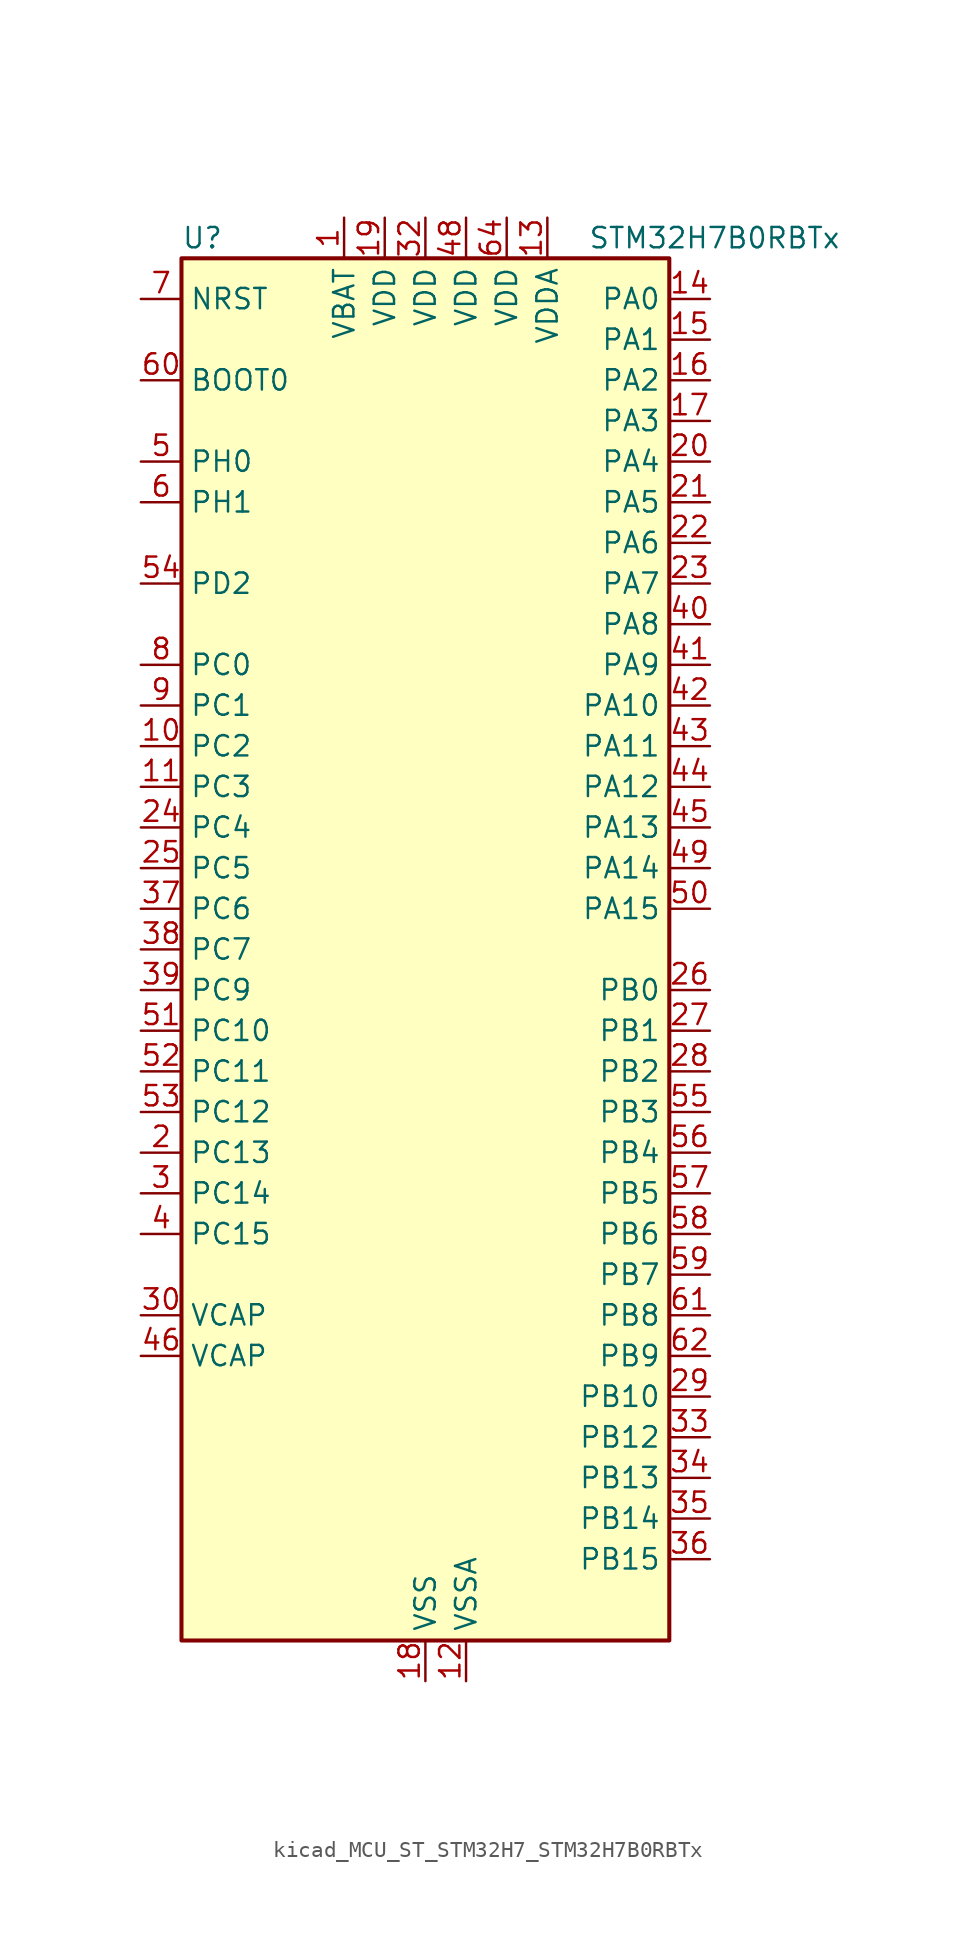
<source format=kicad_sym>
(kicad_symbol_lib
  (version 20220914)
  (generator kicad_symbol_editor)
  (symbol "kicad_MCU_ST_STM32H7_STM32H7B0RBTx"
    (property "Reference" "U"
      (at -15.24 44.45 0)
      (effects (font (size 1.27 1.27)) (justify left)))
    (property "Value" "STM32H7B0RBTx"
      (at 10.16 44.45 0)
      (effects (font (size 1.27 1.27)) (justify left)))
    (property "ki_locked" ""
      (at 0 0 0)
      (effects (font (size 1.27 1.27))))
    (symbol "kicad_MCU_ST_STM32H7_STM32H7B0RBTx_0_1"
      (rectangle (start -15.24 -43.18) (end 15.24 43.18) (stroke (width 0.254) (type default)) (fill (type background))))
    (symbol "kicad_MCU_ST_STM32H7_STM32H7B0RBTx_1_1"
      (pin power_in line (at -5.08 45.72 270) (length 2.54) (name "VBAT" (effects (font (size 1.27 1.27)))) (number "1" (effects (font (size 1.27 1.27)))))
      (pin bidirectional line (at -17.78 12.7 0) (length 2.54) (name "PC2" (effects (font (size 1.27 1.27)))) (number "10" (effects (font (size 1.27 1.27)))) (alternate "ADC1_INN11" bidirectional line) (alternate "ADC1_INP12" bidirectional line) (alternate "ADC2_INN11" bidirectional line) (alternate "ADC2_INP12" bidirectional line) (alternate "DFSDM1_CKIN1" bidirectional line) (alternate "DFSDM1_CKOUT" bidirectional line) (alternate "I2S2_SDI" bidirectional line) (alternate "OCTOSPIM_P1_IO2" bidirectional line) (alternate "OCTOSPIM_P1_IO5" bidirectional line) (alternate "PWR_CSTOP" bidirectional line) (alternate "SPI2_MISO" bidirectional line) (alternate "USB_OTG_HS_ULPI_DIR" bidirectional line))
      (pin bidirectional line (at -17.78 10.16 0) (length 2.54) (name "PC3" (effects (font (size 1.27 1.27)))) (number "11" (effects (font (size 1.27 1.27)))) (alternate "ADC1_INN12" bidirectional line) (alternate "ADC1_INP13" bidirectional line) (alternate "ADC2_INN12" bidirectional line) (alternate "ADC2_INP13" bidirectional line) (alternate "DFSDM1_DATIN1" bidirectional line) (alternate "I2S2_SDO" bidirectional line) (alternate "OCTOSPIM_P1_IO0" bidirectional line) (alternate "OCTOSPIM_P1_IO6" bidirectional line) (alternate "PWR_CSLEEP" bidirectional line) (alternate "SPI2_MOSI" bidirectional line) (alternate "USB_OTG_HS_ULPI_NXT" bidirectional line))
      (pin power_in line (at 2.54 -45.72 90) (length 2.54) (name "VSSA" (effects (font (size 1.27 1.27)))) (number "12" (effects (font (size 1.27 1.27)))))
      (pin power_in line (at 7.62 45.72 270) (length 2.54) (name "VDDA" (effects (font (size 1.27 1.27)))) (number "13" (effects (font (size 1.27 1.27)))))
      (pin bidirectional line (at 17.78 40.64 180) (length 2.54) (name "PA0" (effects (font (size 1.27 1.27)))) (number "14" (effects (font (size 1.27 1.27)))) (alternate "ADC1_INP16" bidirectional line) (alternate "I2S6_WS" bidirectional line) (alternate "PWR_WKUP1" bidirectional line) (alternate "SAI2_SD_B" bidirectional line) (alternate "SDMMC2_CMD" bidirectional line) (alternate "SPI6_NSS" bidirectional line) (alternate "TIM15_BKIN" bidirectional line) (alternate "TIM2_CH1" bidirectional line) (alternate "TIM2_ETR" bidirectional line) (alternate "TIM5_CH1" bidirectional line) (alternate "TIM8_ETR" bidirectional line) (alternate "UART4_TX" bidirectional line) (alternate "USART2_CTS" bidirectional line) (alternate "USART2_NSS" bidirectional line))
      (pin bidirectional line (at 17.78 38.1 180) (length 2.54) (name "PA1" (effects (font (size 1.27 1.27)))) (number "15" (effects (font (size 1.27 1.27)))) (alternate "ADC1_INN16" bidirectional line) (alternate "ADC1_INP17" bidirectional line) (alternate "LPTIM3_OUT" bidirectional line) (alternate "LTDC_R2" bidirectional line) (alternate "OCTOSPIM_P1_DQS" bidirectional line) (alternate "OCTOSPIM_P1_IO3" bidirectional line) (alternate "SAI2_MCLK_B" bidirectional line) (alternate "TIM15_CH1N" bidirectional line) (alternate "TIM2_CH2" bidirectional line) (alternate "TIM5_CH2" bidirectional line) (alternate "UART4_RX" bidirectional line) (alternate "USART2_DE" bidirectional line) (alternate "USART2_RTS" bidirectional line))
      (pin bidirectional line (at 17.78 35.56 180) (length 2.54) (name "PA2" (effects (font (size 1.27 1.27)))) (number "16" (effects (font (size 1.27 1.27)))) (alternate "ADC1_INP14" bidirectional line) (alternate "DFSDM2_CKIN1" bidirectional line) (alternate "LTDC_R1" bidirectional line) (alternate "MDIOS_MDIO" bidirectional line) (alternate "PWR_WKUP2" bidirectional line) (alternate "SAI2_SCK_B" bidirectional line) (alternate "TIM15_CH1" bidirectional line) (alternate "TIM2_CH3" bidirectional line) (alternate "TIM5_CH3" bidirectional line) (alternate "USART2_TX" bidirectional line))
      (pin bidirectional line (at 17.78 33.02 180) (length 2.54) (name "PA3" (effects (font (size 1.27 1.27)))) (number "17" (effects (font (size 1.27 1.27)))) (alternate "ADC1_INP15" bidirectional line) (alternate "I2S6_MCK" bidirectional line) (alternate "LTDC_B2" bidirectional line) (alternate "LTDC_B5" bidirectional line) (alternate "OCTOSPIM_P1_CLK" bidirectional line) (alternate "TIM15_CH2" bidirectional line) (alternate "TIM2_CH4" bidirectional line) (alternate "TIM5_CH4" bidirectional line) (alternate "USART2_RX" bidirectional line) (alternate "USB_OTG_HS_ULPI_D0" bidirectional line))
      (pin power_in line (at 0 -45.72 90) (length 2.54) (name "VSS" (effects (font (size 1.27 1.27)))) (number "18" (effects (font (size 1.27 1.27)))))
      (pin power_in line (at -2.54 45.72 270) (length 2.54) (name "VDD" (effects (font (size 1.27 1.27)))) (number "19" (effects (font (size 1.27 1.27)))))
      (pin bidirectional line (at -17.78 -12.7 0) (length 2.54) (name "PC13" (effects (font (size 1.27 1.27)))) (number "2" (effects (font (size 1.27 1.27)))) (alternate "PWR_WKUP4" bidirectional line) (alternate "RTC_OUT_ALARM" bidirectional line) (alternate "RTC_OUT_CALIB" bidirectional line) (alternate "RTC_TAMP1" bidirectional line) (alternate "RTC_TS" bidirectional line))
      (pin bidirectional line (at 17.78 30.48 180) (length 2.54) (name "PA4" (effects (font (size 1.27 1.27)))) (number "20" (effects (font (size 1.27 1.27)))) (alternate "ADC1_INP18" bidirectional line) (alternate "DAC1_OUT1" bidirectional line) (alternate "DCMI_HSYNC" bidirectional line) (alternate "I2S1_WS" bidirectional line) (alternate "I2S3_WS" bidirectional line) (alternate "I2S6_WS" bidirectional line) (alternate "LTDC_VSYNC" bidirectional line) (alternate "PSSI_DE" bidirectional line) (alternate "SPI1_NSS" bidirectional line) (alternate "SPI3_NSS" bidirectional line) (alternate "SPI6_NSS" bidirectional line) (alternate "TIM5_ETR" bidirectional line) (alternate "USART2_CK" bidirectional line))
      (pin bidirectional line (at 17.78 27.94 180) (length 2.54) (name "PA5" (effects (font (size 1.27 1.27)))) (number "21" (effects (font (size 1.27 1.27)))) (alternate "ADC1_INN18" bidirectional line) (alternate "ADC1_INP19" bidirectional line) (alternate "DAC1_OUT2" bidirectional line) (alternate "I2S1_CK" bidirectional line) (alternate "I2S6_CK" bidirectional line) (alternate "LTDC_R4" bidirectional line) (alternate "PSSI_D14" bidirectional line) (alternate "PWR_NDSTOP2" bidirectional line) (alternate "SPI1_SCK" bidirectional line) (alternate "SPI6_SCK" bidirectional line) (alternate "TIM2_CH1" bidirectional line) (alternate "TIM2_ETR" bidirectional line) (alternate "TIM8_CH1N" bidirectional line) (alternate "USB_OTG_HS_ULPI_CK" bidirectional line))
      (pin bidirectional line (at 17.78 25.4 180) (length 2.54) (name "PA6" (effects (font (size 1.27 1.27)))) (number "22" (effects (font (size 1.27 1.27)))) (alternate "ADC1_INP3" bidirectional line) (alternate "ADC2_INP3" bidirectional line) (alternate "DAC2_OUT1" bidirectional line) (alternate "DCMI_PIXCLK" bidirectional line) (alternate "I2S1_SDI" bidirectional line) (alternate "I2S6_SDI" bidirectional line) (alternate "LTDC_G2" bidirectional line) (alternate "MDIOS_MDC" bidirectional line) (alternate "OCTOSPIM_P1_IO3" bidirectional line) (alternate "PSSI_PDCK" bidirectional line) (alternate "SPI1_MISO" bidirectional line) (alternate "SPI6_MISO" bidirectional line) (alternate "TIM13_CH1" bidirectional line) (alternate "TIM1_BKIN" bidirectional line) (alternate "TIM1_BKIN_COMP1" bidirectional line) (alternate "TIM3_CH1" bidirectional line) (alternate "TIM8_BKIN" bidirectional line) (alternate "TIM8_BKIN_COMP1" bidirectional line))
      (pin bidirectional line (at 17.78 22.86 180) (length 2.54) (name "PA7" (effects (font (size 1.27 1.27)))) (number "23" (effects (font (size 1.27 1.27)))) (alternate "ADC1_INN3" bidirectional line) (alternate "ADC1_INP7" bidirectional line) (alternate "ADC2_INN3" bidirectional line) (alternate "ADC2_INP7" bidirectional line) (alternate "DFSDM2_DATIN1" bidirectional line) (alternate "I2S1_SDO" bidirectional line) (alternate "I2S6_SDO" bidirectional line) (alternate "LTDC_VSYNC" bidirectional line) (alternate "OCTOSPIM_P1_IO2" bidirectional line) (alternate "OPAMP1_VINM" bidirectional line) (alternate "SPI1_MOSI" bidirectional line) (alternate "SPI6_MOSI" bidirectional line) (alternate "TIM14_CH1" bidirectional line) (alternate "TIM1_CH1N" bidirectional line) (alternate "TIM3_CH2" bidirectional line) (alternate "TIM8_CH1N" bidirectional line))
      (pin bidirectional line (at -17.78 7.62 0) (length 2.54) (name "PC4" (effects (font (size 1.27 1.27)))) (number "24" (effects (font (size 1.27 1.27)))) (alternate "ADC1_INP4" bidirectional line) (alternate "ADC2_INP4" bidirectional line) (alternate "COMP1_INM" bidirectional line) (alternate "DFSDM1_CKIN2" bidirectional line) (alternate "I2S1_MCK" bidirectional line) (alternate "LTDC_R7" bidirectional line) (alternate "OPAMP1_VOUT" bidirectional line) (alternate "SPDIFRX_IN2" bidirectional line))
      (pin bidirectional line (at -17.78 5.08 0) (length 2.54) (name "PC5" (effects (font (size 1.27 1.27)))) (number "25" (effects (font (size 1.27 1.27)))) (alternate "ADC1_INN4" bidirectional line) (alternate "ADC1_INP8" bidirectional line) (alternate "ADC2_INN4" bidirectional line) (alternate "ADC2_INP8" bidirectional line) (alternate "COMP1_OUT" bidirectional line) (alternate "DFSDM1_DATIN2" bidirectional line) (alternate "LTDC_DE" bidirectional line) (alternate "OCTOSPIM_P1_DQS" bidirectional line) (alternate "OPAMP1_VINM" bidirectional line) (alternate "PSSI_D15" bidirectional line) (alternate "SPDIFRX_IN3" bidirectional line))
      (pin bidirectional line (at 17.78 -2.54 180) (length 2.54) (name "PB0" (effects (font (size 1.27 1.27)))) (number "26" (effects (font (size 1.27 1.27)))) (alternate "ADC1_INN5" bidirectional line) (alternate "ADC1_INP9" bidirectional line) (alternate "ADC2_INN5" bidirectional line) (alternate "ADC2_INP9" bidirectional line) (alternate "COMP1_INP" bidirectional line) (alternate "DFSDM1_CKOUT" bidirectional line) (alternate "DFSDM2_CKOUT" bidirectional line) (alternate "LTDC_G1" bidirectional line) (alternate "LTDC_R3" bidirectional line) (alternate "OCTOSPIM_P1_IO1" bidirectional line) (alternate "OPAMP1_VINP" bidirectional line) (alternate "TIM1_CH2N" bidirectional line) (alternate "TIM3_CH3" bidirectional line) (alternate "TIM8_CH2N" bidirectional line) (alternate "UART4_CTS" bidirectional line) (alternate "USB_OTG_HS_ULPI_D1" bidirectional line))
      (pin bidirectional line (at 17.78 -5.08 180) (length 2.54) (name "PB1" (effects (font (size 1.27 1.27)))) (number "27" (effects (font (size 1.27 1.27)))) (alternate "ADC1_INP5" bidirectional line) (alternate "ADC2_INP5" bidirectional line) (alternate "COMP1_INM" bidirectional line) (alternate "DFSDM1_DATIN1" bidirectional line) (alternate "LTDC_G0" bidirectional line) (alternate "LTDC_R6" bidirectional line) (alternate "OCTOSPIM_P1_IO0" bidirectional line) (alternate "TIM1_CH3N" bidirectional line) (alternate "TIM3_CH4" bidirectional line) (alternate "TIM8_CH3N" bidirectional line) (alternate "USB_OTG_HS_ULPI_D2" bidirectional line))
      (pin bidirectional line (at 17.78 -7.62 180) (length 2.54) (name "PB2" (effects (font (size 1.27 1.27)))) (number "28" (effects (font (size 1.27 1.27)))) (alternate "COMP1_INP" bidirectional line) (alternate "DFSDM1_CKIN1" bidirectional line) (alternate "I2S3_SDO" bidirectional line) (alternate "OCTOSPIM_P1_CLK" bidirectional line) (alternate "OCTOSPIM_P1_DQS" bidirectional line) (alternate "RTC_OUT_ALARM" bidirectional line) (alternate "RTC_OUT_CALIB" bidirectional line) (alternate "SPI3_MOSI" bidirectional line))
      (pin bidirectional line (at 17.78 -27.94 180) (length 2.54) (name "PB10" (effects (font (size 1.27 1.27)))) (number "29" (effects (font (size 1.27 1.27)))) (alternate "DFSDM1_DATIN7" bidirectional line) (alternate "I2S2_CK" bidirectional line) (alternate "LPTIM2_IN1" bidirectional line) (alternate "LTDC_G4" bidirectional line) (alternate "OCTOSPIM_P1_NCS" bidirectional line) (alternate "SPI2_SCK" bidirectional line) (alternate "TIM2_CH3" bidirectional line) (alternate "USART3_TX" bidirectional line) (alternate "USB_OTG_HS_ULPI_D3" bidirectional line))
      (pin bidirectional line (at -17.78 -15.24 0) (length 2.54) (name "PC14" (effects (font (size 1.27 1.27)))) (number "3" (effects (font (size 1.27 1.27)))) (alternate "RCC_OSC32_IN" bidirectional line))
      (pin power_out line (at -17.78 -22.86 0) (length 2.54) (name "VCAP" (effects (font (size 1.27 1.27)))) (number "30" (effects (font (size 1.27 1.27)))))
      (pin passive line (at 0 -45.72 90) (length 2.54) hide (name "VSS" (effects (font (size 1.27 1.27)))) (number "31" (effects (font (size 1.27 1.27)))))
      (pin power_in line (at 0 45.72 270) (length 2.54) (name "VDD" (effects (font (size 1.27 1.27)))) (number "32" (effects (font (size 1.27 1.27)))))
      (pin bidirectional line (at 17.78 -30.48 180) (length 2.54) (name "PB12" (effects (font (size 1.27 1.27)))) (number "33" (effects (font (size 1.27 1.27)))) (alternate "DFSDM1_DATIN1" bidirectional line) (alternate "DFSDM2_DATIN1" bidirectional line) (alternate "FDCAN2_RX" bidirectional line) (alternate "I2S2_WS" bidirectional line) (alternate "OCTOSPIM_P1_NCLK" bidirectional line) (alternate "SPI2_NSS" bidirectional line) (alternate "TIM1_BKIN" bidirectional line) (alternate "TIM1_BKIN_COMP1" bidirectional line) (alternate "UART5_RX" bidirectional line) (alternate "USART3_CK" bidirectional line) (alternate "USB_OTG_HS_ULPI_D5" bidirectional line))
      (pin bidirectional line (at 17.78 -33.02 180) (length 2.54) (name "PB13" (effects (font (size 1.27 1.27)))) (number "34" (effects (font (size 1.27 1.27)))) (alternate "DCMI_D2" bidirectional line) (alternate "DFSDM1_CKIN1" bidirectional line) (alternate "DFSDM2_CKIN1" bidirectional line) (alternate "FDCAN2_TX" bidirectional line) (alternate "I2S2_CK" bidirectional line) (alternate "LPTIM2_OUT" bidirectional line) (alternate "PSSI_D2" bidirectional line) (alternate "SDMMC1_D0" bidirectional line) (alternate "SPI2_SCK" bidirectional line) (alternate "TIM1_CH1N" bidirectional line) (alternate "UART5_TX" bidirectional line) (alternate "USART3_CTS" bidirectional line) (alternate "USART3_NSS" bidirectional line) (alternate "USB_OTG_HS_ULPI_D6" bidirectional line))
      (pin bidirectional line (at 17.78 -35.56 180) (length 2.54) (name "PB14" (effects (font (size 1.27 1.27)))) (number "35" (effects (font (size 1.27 1.27)))) (alternate "DFSDM1_DATIN2" bidirectional line) (alternate "I2S2_SDI" bidirectional line) (alternate "LTDC_CLK" bidirectional line) (alternate "SDMMC2_D0" bidirectional line) (alternate "SPI2_MISO" bidirectional line) (alternate "TIM12_CH1" bidirectional line) (alternate "TIM1_CH2N" bidirectional line) (alternate "TIM8_CH2N" bidirectional line) (alternate "UART4_DE" bidirectional line) (alternate "UART4_RTS" bidirectional line) (alternate "USART1_TX" bidirectional line) (alternate "USART3_DE" bidirectional line) (alternate "USART3_RTS" bidirectional line))
      (pin bidirectional line (at 17.78 -38.1 180) (length 2.54) (name "PB15" (effects (font (size 1.27 1.27)))) (number "36" (effects (font (size 1.27 1.27)))) (alternate "ADC1_EXTI15" bidirectional line) (alternate "ADC2_EXTI15" bidirectional line) (alternate "DFSDM1_CKIN2" bidirectional line) (alternate "I2S2_SDO" bidirectional line) (alternate "LTDC_G7" bidirectional line) (alternate "RTC_REFIN" bidirectional line) (alternate "SDMMC2_D1" bidirectional line) (alternate "SPI2_MOSI" bidirectional line) (alternate "TIM12_CH2" bidirectional line) (alternate "TIM1_CH3N" bidirectional line) (alternate "TIM8_CH3N" bidirectional line) (alternate "UART4_CTS" bidirectional line) (alternate "USART1_RX" bidirectional line))
      (pin bidirectional line (at -17.78 2.54 0) (length 2.54) (name "PC6" (effects (font (size 1.27 1.27)))) (number "37" (effects (font (size 1.27 1.27)))) (alternate "DCMI_D0" bidirectional line) (alternate "DFSDM1_CKIN3" bidirectional line) (alternate "I2S2_MCK" bidirectional line) (alternate "LTDC_HSYNC" bidirectional line) (alternate "PSSI_D0" bidirectional line) (alternate "SDMMC1_D0DIR" bidirectional line) (alternate "SDMMC1_D6" bidirectional line) (alternate "SDMMC2_D6" bidirectional line) (alternate "SWPMI1_IO" bidirectional line) (alternate "TIM3_CH1" bidirectional line) (alternate "TIM8_CH1" bidirectional line) (alternate "USART6_TX" bidirectional line))
      (pin bidirectional line (at -17.78 0 0) (length 2.54) (name "PC7" (effects (font (size 1.27 1.27)))) (number "38" (effects (font (size 1.27 1.27)))) (alternate "DCMI_D1" bidirectional line) (alternate "DEBUG_TRGIO" bidirectional line) (alternate "DFSDM1_DATIN3" bidirectional line) (alternate "I2S3_MCK" bidirectional line) (alternate "LTDC_G6" bidirectional line) (alternate "PSSI_D1" bidirectional line) (alternate "SDMMC1_D123DIR" bidirectional line) (alternate "SDMMC1_D7" bidirectional line) (alternate "SDMMC2_D7" bidirectional line) (alternate "SWPMI1_TX" bidirectional line) (alternate "TIM3_CH2" bidirectional line) (alternate "TIM8_CH2" bidirectional line) (alternate "USART6_RX" bidirectional line))
      (pin bidirectional line (at -17.78 -2.54 0) (length 2.54) (name "PC9" (effects (font (size 1.27 1.27)))) (number "39" (effects (font (size 1.27 1.27)))) (alternate "DAC1_EXTI9" bidirectional line) (alternate "DCMI_D3" bidirectional line) (alternate "I2C3_SDA" bidirectional line) (alternate "I2S_CKIN" bidirectional line) (alternate "LTDC_B2" bidirectional line) (alternate "LTDC_G3" bidirectional line) (alternate "OCTOSPIM_P1_IO0" bidirectional line) (alternate "PSSI_D3" bidirectional line) (alternate "RCC_MCO_2" bidirectional line) (alternate "SDMMC1_D1" bidirectional line) (alternate "SWPMI1_SUSPEND" bidirectional line) (alternate "TIM3_CH4" bidirectional line) (alternate "TIM8_CH4" bidirectional line) (alternate "UART5_CTS" bidirectional line))
      (pin bidirectional line (at -17.78 -17.78 0) (length 2.54) (name "PC15" (effects (font (size 1.27 1.27)))) (number "4" (effects (font (size 1.27 1.27)))) (alternate "ADC1_EXTI15" bidirectional line) (alternate "ADC2_EXTI15" bidirectional line) (alternate "RCC_OSC32_OUT" bidirectional line))
      (pin bidirectional line (at 17.78 20.32 180) (length 2.54) (name "PA8" (effects (font (size 1.27 1.27)))) (number "40" (effects (font (size 1.27 1.27)))) (alternate "I2C3_SCL" bidirectional line) (alternate "LTDC_B3" bidirectional line) (alternate "LTDC_R6" bidirectional line) (alternate "RCC_MCO_1" bidirectional line) (alternate "TIM1_CH1" bidirectional line) (alternate "TIM8_BKIN2" bidirectional line) (alternate "TIM8_BKIN2_COMP1" bidirectional line) (alternate "UART7_RX" bidirectional line) (alternate "USART1_CK" bidirectional line) (alternate "USB_OTG_HS_SOF" bidirectional line))
      (pin bidirectional line (at 17.78 17.78 180) (length 2.54) (name "PA9" (effects (font (size 1.27 1.27)))) (number "41" (effects (font (size 1.27 1.27)))) (alternate "DAC1_EXTI9" bidirectional line) (alternate "DCMI_D0" bidirectional line) (alternate "I2C3_SMBA" bidirectional line) (alternate "I2S2_CK" bidirectional line) (alternate "LPUART1_TX" bidirectional line) (alternate "LTDC_R5" bidirectional line) (alternate "PSSI_D0" bidirectional line) (alternate "SPI2_SCK" bidirectional line) (alternate "TIM1_CH2" bidirectional line) (alternate "USART1_TX" bidirectional line) (alternate "USB_OTG_HS_VBUS" bidirectional line))
      (pin bidirectional line (at 17.78 15.24 180) (length 2.54) (name "PA10" (effects (font (size 1.27 1.27)))) (number "42" (effects (font (size 1.27 1.27)))) (alternate "DCMI_D1" bidirectional line) (alternate "LPUART1_RX" bidirectional line) (alternate "LTDC_B1" bidirectional line) (alternate "LTDC_B4" bidirectional line) (alternate "MDIOS_MDIO" bidirectional line) (alternate "PSSI_D1" bidirectional line) (alternate "TIM1_CH3" bidirectional line) (alternate "USART1_RX" bidirectional line) (alternate "USB_OTG_HS_ID" bidirectional line))
      (pin bidirectional line (at 17.78 12.7 180) (length 2.54) (name "PA11" (effects (font (size 1.27 1.27)))) (number "43" (effects (font (size 1.27 1.27)))) (alternate "ADC1_EXTI11" bidirectional line) (alternate "ADC2_EXTI11" bidirectional line) (alternate "FDCAN1_RX" bidirectional line) (alternate "I2S2_WS" bidirectional line) (alternate "LPUART1_CTS" bidirectional line) (alternate "LTDC_R4" bidirectional line) (alternate "SPI2_NSS" bidirectional line) (alternate "TIM1_CH4" bidirectional line) (alternate "UART4_RX" bidirectional line) (alternate "USART1_CTS" bidirectional line) (alternate "USART1_NSS" bidirectional line) (alternate "USB_OTG_HS_DM" bidirectional line))
      (pin bidirectional line (at 17.78 10.16 180) (length 2.54) (name "PA12" (effects (font (size 1.27 1.27)))) (number "44" (effects (font (size 1.27 1.27)))) (alternate "FDCAN1_TX" bidirectional line) (alternate "I2S2_CK" bidirectional line) (alternate "LPUART1_DE" bidirectional line) (alternate "LPUART1_RTS" bidirectional line) (alternate "LTDC_R5" bidirectional line) (alternate "SAI2_FS_B" bidirectional line) (alternate "SPI2_SCK" bidirectional line) (alternate "TIM1_ETR" bidirectional line) (alternate "UART4_TX" bidirectional line) (alternate "USART1_DE" bidirectional line) (alternate "USART1_RTS" bidirectional line) (alternate "USB_OTG_HS_DP" bidirectional line))
      (pin bidirectional line (at 17.78 7.62 180) (length 2.54) (name "PA13" (effects (font (size 1.27 1.27)))) (number "45" (effects (font (size 1.27 1.27)))) (alternate "DEBUG_JTMS-SWDIO" bidirectional line))
      (pin power_out line (at -17.78 -25.4 0) (length 2.54) (name "VCAP" (effects (font (size 1.27 1.27)))) (number "46" (effects (font (size 1.27 1.27)))))
      (pin passive line (at 0 -45.72 90) (length 2.54) hide (name "VSS" (effects (font (size 1.27 1.27)))) (number "47" (effects (font (size 1.27 1.27)))))
      (pin power_in line (at 2.54 45.72 270) (length 2.54) (name "VDD" (effects (font (size 1.27 1.27)))) (number "48" (effects (font (size 1.27 1.27)))))
      (pin bidirectional line (at 17.78 5.08 180) (length 2.54) (name "PA14" (effects (font (size 1.27 1.27)))) (number "49" (effects (font (size 1.27 1.27)))) (alternate "DEBUG_JTCK-SWCLK" bidirectional line))
      (pin bidirectional line (at -17.78 30.48 0) (length 2.54) (name "PH0" (effects (font (size 1.27 1.27)))) (number "5" (effects (font (size 1.27 1.27)))) (alternate "RCC_OSC_IN" bidirectional line))
      (pin bidirectional line (at 17.78 2.54 180) (length 2.54) (name "PA15" (effects (font (size 1.27 1.27)))) (number "50" (effects (font (size 1.27 1.27)))) (alternate "ADC1_EXTI15" bidirectional line) (alternate "ADC2_EXTI15" bidirectional line) (alternate "CEC" bidirectional line) (alternate "DEBUG_JTDI" bidirectional line) (alternate "I2S1_WS" bidirectional line) (alternate "I2S3_WS" bidirectional line) (alternate "I2S6_WS" bidirectional line) (alternate "LTDC_B6" bidirectional line) (alternate "LTDC_R3" bidirectional line) (alternate "SPI1_NSS" bidirectional line) (alternate "SPI3_NSS" bidirectional line) (alternate "SPI6_NSS" bidirectional line) (alternate "TIM2_CH1" bidirectional line) (alternate "TIM2_ETR" bidirectional line) (alternate "UART4_DE" bidirectional line) (alternate "UART4_RTS" bidirectional line) (alternate "UART7_TX" bidirectional line))
      (pin bidirectional line (at -17.78 -5.08 0) (length 2.54) (name "PC10" (effects (font (size 1.27 1.27)))) (number "51" (effects (font (size 1.27 1.27)))) (alternate "DCMI_D8" bidirectional line) (alternate "DFSDM1_CKIN5" bidirectional line) (alternate "DFSDM2_CKIN0" bidirectional line) (alternate "I2S3_CK" bidirectional line) (alternate "LTDC_B1" bidirectional line) (alternate "LTDC_R2" bidirectional line) (alternate "OCTOSPIM_P1_IO1" bidirectional line) (alternate "PSSI_D8" bidirectional line) (alternate "SDMMC1_D2" bidirectional line) (alternate "SPI3_SCK" bidirectional line) (alternate "SWPMI1_RX" bidirectional line) (alternate "UART4_TX" bidirectional line) (alternate "USART3_TX" bidirectional line))
      (pin bidirectional line (at -17.78 -7.62 0) (length 2.54) (name "PC11" (effects (font (size 1.27 1.27)))) (number "52" (effects (font (size 1.27 1.27)))) (alternate "ADC1_EXTI11" bidirectional line) (alternate "ADC2_EXTI11" bidirectional line) (alternate "DCMI_D4" bidirectional line) (alternate "DFSDM1_DATIN5" bidirectional line) (alternate "DFSDM2_DATIN0" bidirectional line) (alternate "I2S3_SDI" bidirectional line) (alternate "LTDC_B4" bidirectional line) (alternate "OCTOSPIM_P1_NCS" bidirectional line) (alternate "PSSI_D4" bidirectional line) (alternate "SDMMC1_D3" bidirectional line) (alternate "SPI3_MISO" bidirectional line) (alternate "UART4_RX" bidirectional line) (alternate "USART3_RX" bidirectional line))
      (pin bidirectional line (at -17.78 -10.16 0) (length 2.54) (name "PC12" (effects (font (size 1.27 1.27)))) (number "53" (effects (font (size 1.27 1.27)))) (alternate "DCMI_D9" bidirectional line) (alternate "DEBUG_TRACED3" bidirectional line) (alternate "DFSDM2_CKOUT" bidirectional line) (alternate "I2S3_SDO" bidirectional line) (alternate "I2S6_CK" bidirectional line) (alternate "LTDC_R6" bidirectional line) (alternate "PSSI_D9" bidirectional line) (alternate "SDMMC1_CK" bidirectional line) (alternate "SPI3_MOSI" bidirectional line) (alternate "SPI6_SCK" bidirectional line) (alternate "TIM15_CH1" bidirectional line) (alternate "UART5_TX" bidirectional line) (alternate "USART3_CK" bidirectional line))
      (pin bidirectional line (at -17.78 22.86 0) (length 2.54) (name "PD2" (effects (font (size 1.27 1.27)))) (number "54" (effects (font (size 1.27 1.27)))) (alternate "DCMI_D11" bidirectional line) (alternate "DEBUG_TRACED2" bidirectional line) (alternate "LTDC_B2" bidirectional line) (alternate "LTDC_B7" bidirectional line) (alternate "PSSI_D11" bidirectional line) (alternate "SDMMC1_CMD" bidirectional line) (alternate "TIM15_BKIN" bidirectional line) (alternate "TIM3_ETR" bidirectional line) (alternate "UART5_RX" bidirectional line))
      (pin bidirectional line (at 17.78 -10.16 180) (length 2.54) (name "PB3" (effects (font (size 1.27 1.27)))) (number "55" (effects (font (size 1.27 1.27)))) (alternate "CRS_SYNC" bidirectional line) (alternate "DEBUG_JTDO-SWO" bidirectional line) (alternate "I2S1_CK" bidirectional line) (alternate "I2S3_CK" bidirectional line) (alternate "I2S6_CK" bidirectional line) (alternate "SDMMC2_D2" bidirectional line) (alternate "SPI1_SCK" bidirectional line) (alternate "SPI3_SCK" bidirectional line) (alternate "SPI6_SCK" bidirectional line) (alternate "TIM2_CH2" bidirectional line) (alternate "UART7_RX" bidirectional line))
      (pin bidirectional line (at 17.78 -12.7 180) (length 2.54) (name "PB4" (effects (font (size 1.27 1.27)))) (number "56" (effects (font (size 1.27 1.27)))) (alternate "DEBUG_JTRST" bidirectional line) (alternate "I2S1_SDI" bidirectional line) (alternate "I2S2_WS" bidirectional line) (alternate "I2S3_SDI" bidirectional line) (alternate "I2S6_SDI" bidirectional line) (alternate "SDMMC2_D3" bidirectional line) (alternate "SPI1_MISO" bidirectional line) (alternate "SPI2_NSS" bidirectional line) (alternate "SPI3_MISO" bidirectional line) (alternate "SPI6_MISO" bidirectional line) (alternate "TIM16_BKIN" bidirectional line) (alternate "TIM3_CH1" bidirectional line) (alternate "UART7_TX" bidirectional line))
      (pin bidirectional line (at 17.78 -15.24 180) (length 2.54) (name "PB5" (effects (font (size 1.27 1.27)))) (number "57" (effects (font (size 1.27 1.27)))) (alternate "DCMI_D10" bidirectional line) (alternate "FDCAN2_RX" bidirectional line) (alternate "I2C1_SMBA" bidirectional line) (alternate "I2C4_SMBA" bidirectional line) (alternate "I2S1_SDO" bidirectional line) (alternate "I2S3_SDO" bidirectional line) (alternate "I2S6_SDO" bidirectional line) (alternate "LTDC_B5" bidirectional line) (alternate "PSSI_D10" bidirectional line) (alternate "SPI1_MOSI" bidirectional line) (alternate "SPI3_MOSI" bidirectional line) (alternate "SPI6_MOSI" bidirectional line) (alternate "TIM17_BKIN" bidirectional line) (alternate "TIM3_CH2" bidirectional line) (alternate "UART5_RX" bidirectional line) (alternate "USB_OTG_HS_ULPI_D7" bidirectional line))
      (pin bidirectional line (at 17.78 -17.78 180) (length 2.54) (name "PB6" (effects (font (size 1.27 1.27)))) (number "58" (effects (font (size 1.27 1.27)))) (alternate "CEC" bidirectional line) (alternate "DCMI_D5" bidirectional line) (alternate "DFSDM1_DATIN5" bidirectional line) (alternate "FDCAN2_TX" bidirectional line) (alternate "I2C1_SCL" bidirectional line) (alternate "I2C4_SCL" bidirectional line) (alternate "LPUART1_TX" bidirectional line) (alternate "OCTOSPIM_P1_NCS" bidirectional line) (alternate "PSSI_D5" bidirectional line) (alternate "TIM16_CH1N" bidirectional line) (alternate "TIM4_CH1" bidirectional line) (alternate "UART5_TX" bidirectional line) (alternate "USART1_TX" bidirectional line))
      (pin bidirectional line (at 17.78 -20.32 180) (length 2.54) (name "PB7" (effects (font (size 1.27 1.27)))) (number "59" (effects (font (size 1.27 1.27)))) (alternate "DCMI_VSYNC" bidirectional line) (alternate "DFSDM1_CKIN5" bidirectional line) (alternate "I2C1_SDA" bidirectional line) (alternate "I2C4_SDA" bidirectional line) (alternate "LPUART1_RX" bidirectional line) (alternate "PSSI_RDY" bidirectional line) (alternate "PWR_PVD_IN" bidirectional line) (alternate "TIM17_CH1N" bidirectional line) (alternate "TIM4_CH2" bidirectional line) (alternate "USART1_RX" bidirectional line))
      (pin bidirectional line (at -17.78 27.94 0) (length 2.54) (name "PH1" (effects (font (size 1.27 1.27)))) (number "6" (effects (font (size 1.27 1.27)))) (alternate "RCC_OSC_OUT" bidirectional line))
      (pin input line (at -17.78 35.56 0) (length 2.54) (name "BOOT0" (effects (font (size 1.27 1.27)))) (number "60" (effects (font (size 1.27 1.27)))))
      (pin bidirectional line (at 17.78 -22.86 180) (length 2.54) (name "PB8" (effects (font (size 1.27 1.27)))) (number "61" (effects (font (size 1.27 1.27)))) (alternate "DCMI_D6" bidirectional line) (alternate "DFSDM1_CKIN7" bidirectional line) (alternate "FDCAN1_RX" bidirectional line) (alternate "I2C1_SCL" bidirectional line) (alternate "I2C4_SCL" bidirectional line) (alternate "LTDC_B6" bidirectional line) (alternate "PSSI_D6" bidirectional line) (alternate "SDMMC1_CKIN" bidirectional line) (alternate "SDMMC1_D4" bidirectional line) (alternate "SDMMC2_D4" bidirectional line) (alternate "TIM16_CH1" bidirectional line) (alternate "TIM4_CH3" bidirectional line) (alternate "UART4_RX" bidirectional line))
      (pin bidirectional line (at 17.78 -25.4 180) (length 2.54) (name "PB9" (effects (font (size 1.27 1.27)))) (number "62" (effects (font (size 1.27 1.27)))) (alternate "DAC1_EXTI9" bidirectional line) (alternate "DCMI_D7" bidirectional line) (alternate "DFSDM1_DATIN7" bidirectional line) (alternate "FDCAN1_TX" bidirectional line) (alternate "I2C1_SDA" bidirectional line) (alternate "I2C4_SDA" bidirectional line) (alternate "I2C4_SMBA" bidirectional line) (alternate "I2S2_WS" bidirectional line) (alternate "LTDC_B7" bidirectional line) (alternate "PSSI_D7" bidirectional line) (alternate "SDMMC1_CDIR" bidirectional line) (alternate "SDMMC1_D5" bidirectional line) (alternate "SDMMC2_D5" bidirectional line) (alternate "SPI2_NSS" bidirectional line) (alternate "TIM17_CH1" bidirectional line) (alternate "TIM4_CH4" bidirectional line) (alternate "UART4_TX" bidirectional line))
      (pin passive line (at 0 -45.72 90) (length 2.54) hide (name "VSS" (effects (font (size 1.27 1.27)))) (number "63" (effects (font (size 1.27 1.27)))))
      (pin power_in line (at 5.08 45.72 270) (length 2.54) (name "VDD" (effects (font (size 1.27 1.27)))) (number "64" (effects (font (size 1.27 1.27)))))
      (pin input line (at -17.78 40.64 0) (length 2.54) (name "NRST" (effects (font (size 1.27 1.27)))) (number "7" (effects (font (size 1.27 1.27)))))
      (pin bidirectional line (at -17.78 17.78 0) (length 2.54) (name "PC0" (effects (font (size 1.27 1.27)))) (number "8" (effects (font (size 1.27 1.27)))) (alternate "ADC1_INP10" bidirectional line) (alternate "ADC2_INP10" bidirectional line) (alternate "DFSDM1_CKIN0" bidirectional line) (alternate "DFSDM1_DATIN4" bidirectional line) (alternate "LTDC_G2" bidirectional line) (alternate "LTDC_R5" bidirectional line) (alternate "SAI2_FS_B" bidirectional line) (alternate "USB_OTG_HS_ULPI_STP" bidirectional line))
      (pin bidirectional line (at -17.78 15.24 0) (length 2.54) (name "PC1" (effects (font (size 1.27 1.27)))) (number "9" (effects (font (size 1.27 1.27)))) (alternate "ADC1_INN10" bidirectional line) (alternate "ADC1_INP11" bidirectional line) (alternate "ADC2_INN10" bidirectional line) (alternate "ADC2_INP11" bidirectional line) (alternate "DEBUG_TRACED0" bidirectional line) (alternate "DFSDM1_CKIN4" bidirectional line) (alternate "DFSDM1_DATIN0" bidirectional line) (alternate "I2S2_SDO" bidirectional line) (alternate "LTDC_G5" bidirectional line) (alternate "MDIOS_MDC" bidirectional line) (alternate "OCTOSPIM_P1_IO4" bidirectional line) (alternate "PWR_WKUP6" bidirectional line) (alternate "RTC_TAMP3" bidirectional line) (alternate "SDMMC2_CK" bidirectional line) (alternate "SPI2_MOSI" bidirectional line)))))
</source>
